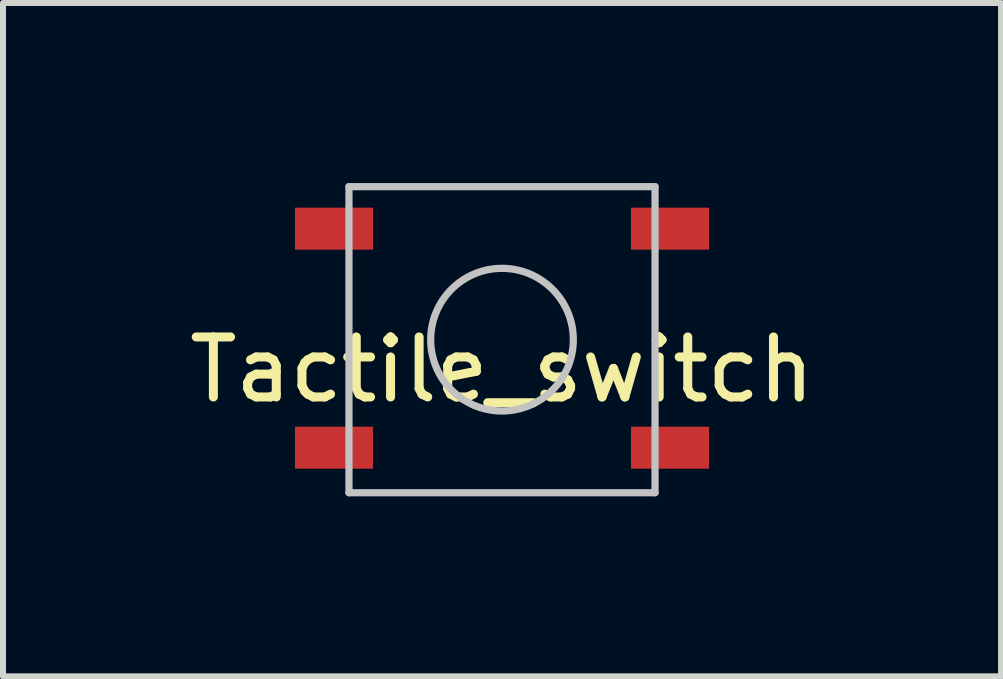
<source format=kicad_pcb>
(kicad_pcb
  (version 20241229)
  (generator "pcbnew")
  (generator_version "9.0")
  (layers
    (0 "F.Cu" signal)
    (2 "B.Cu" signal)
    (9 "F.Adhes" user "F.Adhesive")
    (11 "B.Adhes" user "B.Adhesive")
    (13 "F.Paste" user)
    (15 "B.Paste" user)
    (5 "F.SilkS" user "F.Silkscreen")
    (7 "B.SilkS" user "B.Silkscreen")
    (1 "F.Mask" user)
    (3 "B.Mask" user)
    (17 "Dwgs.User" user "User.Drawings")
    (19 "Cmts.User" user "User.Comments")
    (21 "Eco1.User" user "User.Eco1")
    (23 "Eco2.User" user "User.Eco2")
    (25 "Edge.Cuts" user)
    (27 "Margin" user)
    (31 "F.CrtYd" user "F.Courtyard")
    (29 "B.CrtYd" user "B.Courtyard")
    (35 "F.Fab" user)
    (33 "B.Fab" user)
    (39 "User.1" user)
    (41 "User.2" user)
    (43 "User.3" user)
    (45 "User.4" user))
  (footprint "Tactile_switch"
    (layer "F.Cu")
    (at 5.315 2.61)
    (property "Reference" "Tactile_switch" (at 0 0.5 0) (layer "F.SilkS") (effects (font (size 1 1) (thickness 0.15))))
    (attr smd)
    (fp_line (start -2.55 -2.55) (end 2.55 -2.55) (stroke (width 0.12) (type solid)) (layer "Dwgs.User"))
    (fp_line (start -2.55 2.55) (end -2.55 -2.55) (stroke (width 0.12) (type solid)) (layer "Dwgs.User"))
    (fp_line (start 2.55 -2.55) (end 2.55 2.55) (stroke (width 0.12) (type solid)) (layer "Dwgs.User"))
    (fp_line (start 2.55 2.55) (end -2.55 2.55) (stroke (width 0.12) (type solid)) (layer "Dwgs.User"))
    (fp_circle (center 0 0) (end 1.1 0.45) (stroke (width 0.12) (type solid)) (fill no) (layer "Dwgs.User"))
    (pad "1" smd rect (at 2.8 -1.85) (size 1.3 0.7) (layers "F.Cu" "F.Mask" "F.Paste"))
    (pad "2" smd rect (at 2.8 1.8) (size 1.3 0.7) (layers "F.Cu" "F.Mask" "F.Paste"))
    (pad "3" smd rect (at -2.8 1.8) (size 1.3 0.7) (layers "F.Cu" "F.Mask" "F.Paste"))
    (pad "4" smd rect (at -2.8 -1.85) (size 1.3 0.7) (layers "F.Cu" "F.Mask" "F.Paste")))
  (gr_rect
    (start -3 -3)
    (end 13.631 8.22)
    (stroke (width 0.1) (type default))
    (fill no)
    (layer "Edge.Cuts")))
</source>
